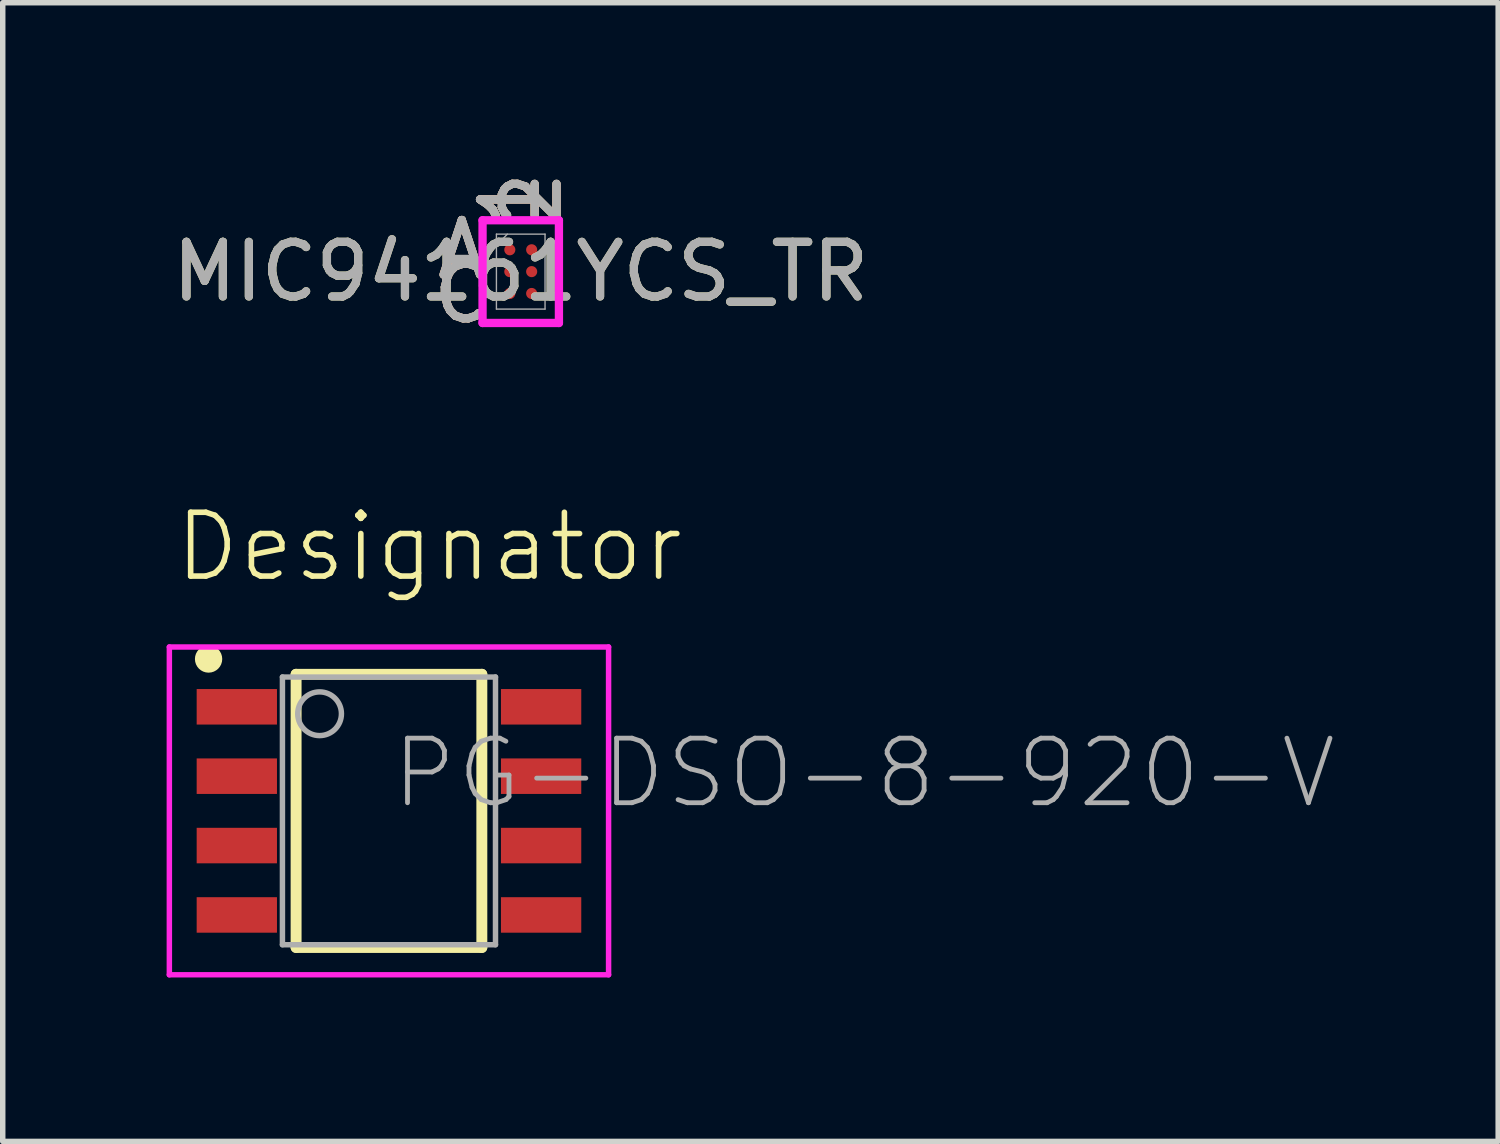
<source format=kicad_pcb>
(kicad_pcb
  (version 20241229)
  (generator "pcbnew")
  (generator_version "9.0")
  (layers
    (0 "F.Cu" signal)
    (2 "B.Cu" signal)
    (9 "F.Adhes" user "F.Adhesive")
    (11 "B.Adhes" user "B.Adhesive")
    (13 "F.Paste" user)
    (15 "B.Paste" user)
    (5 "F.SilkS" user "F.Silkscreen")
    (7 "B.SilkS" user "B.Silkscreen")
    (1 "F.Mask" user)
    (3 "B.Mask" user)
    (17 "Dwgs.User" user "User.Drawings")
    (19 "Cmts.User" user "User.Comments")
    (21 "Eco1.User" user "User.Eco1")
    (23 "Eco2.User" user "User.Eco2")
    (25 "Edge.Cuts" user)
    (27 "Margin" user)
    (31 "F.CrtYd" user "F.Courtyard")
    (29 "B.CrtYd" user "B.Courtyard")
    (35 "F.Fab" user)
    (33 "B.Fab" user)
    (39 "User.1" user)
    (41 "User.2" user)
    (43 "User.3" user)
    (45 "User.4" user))
  (footprint "PG-DSO-8-920-V"
    (layer "F.Cu")
    (at 4.07 11.793)
    (property "Reference" "PG-DSO-8-920-V" (at 0 0 0) (unlocked yes) (layer "F.Fab") (effects (font (size 1.182 1.182) (thickness 0.088)) (justify left bottom)))
    (fp_line (start -1.7 -2.5) (end 1.7 -2.5) (stroke (width 0.2) (type solid)) (layer "F.SilkS"))
    (fp_line (start -1.7 2.5) (end -1.7 -2.5) (stroke (width 0.2) (type solid)) (layer "F.SilkS"))
    (fp_line (start -1.7 2.5) (end 1.7 2.5) (stroke (width 0.2) (type solid)) (layer "F.SilkS"))
    (fp_line (start 1.7 2.5) (end 1.7 -2.5) (stroke (width 0.2) (type solid)) (layer "F.SilkS"))
    (fp_circle (center -3.302 -2.78) (end -3.177 -2.78) (stroke (width 0.25) (type solid)) (fill no) (layer "F.SilkS"))
    (fp_poly (pts (xy -2.143 0.898) (xy -2.143 0.375) (xy -3.456 0.375) (xy -3.456 0.898)) (stroke (width 0) (type default)) (fill yes) (layer "F.Paste"))
    (fp_poly (pts (xy -2.133 2.168) (xy -2.133 1.645) (xy -3.446 1.645) (xy -3.446 2.168)) (stroke (width 0) (type default)) (fill yes) (layer "F.Paste"))
    (fp_poly (pts (xy -2.123 -1.642) (xy -2.123 -2.165) (xy -3.436 -2.165) (xy -3.436 -1.642)) (stroke (width 0) (type default)) (fill yes) (layer "F.Paste"))
    (fp_poly (pts (xy -2.123 -0.372) (xy -2.123 -0.895) (xy -3.436 -0.895) (xy -3.436 -0.372)) (stroke (width 0) (type default)) (fill yes) (layer "F.Paste"))
    (fp_poly (pts (xy 3.437 -1.642) (xy 3.437 -2.165) (xy 2.124 -2.165) (xy 2.124 -1.642)) (stroke (width 0) (type default)) (fill yes) (layer "F.Paste"))
    (fp_poly (pts (xy 3.437 0.908) (xy 3.437 0.385) (xy 2.124 0.385) (xy 2.124 0.908)) (stroke (width 0) (type default)) (fill yes) (layer "F.Paste"))
    (fp_poly (pts (xy 3.447 -0.372) (xy 3.447 -0.895) (xy 2.134 -0.895) (xy 2.134 -0.372)) (stroke (width 0) (type default)) (fill yes) (layer "F.Paste"))
    (fp_poly (pts (xy 3.447 2.168) (xy 3.447 1.645) (xy 2.134 1.645) (xy 2.134 2.168)) (stroke (width 0) (type default)) (fill yes) (layer "F.Paste"))
    (fp_line (start -4.02 -3) (end 4.02 -3) (stroke (width 0.1) (type solid)) (layer "F.CrtYd"))
    (fp_line (start -4.02 3) (end -4.02 -3) (stroke (width 0.1) (type solid)) (layer "F.CrtYd"))
    (fp_line (start -4.02 3) (end 4.02 3) (stroke (width 0.1) (type solid)) (layer "F.CrtYd"))
    (fp_line (start 4.02 3) (end 4.02 -3) (stroke (width 0.1) (type solid)) (layer "F.CrtYd"))
    (fp_line (start -1.95 -2.45) (end 1.95 -2.45) (stroke (width 0.1) (type solid)) (layer "F.Fab"))
    (fp_line (start -1.95 2.45) (end -1.95 -2.45) (stroke (width 0.1) (type solid)) (layer "F.Fab"))
    (fp_line (start -1.95 2.45) (end 1.95 2.45) (stroke (width 0.1) (type solid)) (layer "F.Fab"))
    (fp_line (start 1.95 2.45) (end 1.95 -2.45) (stroke (width 0.1) (type solid)) (layer "F.Fab"))
    (fp_circle (center -1.27 -1.778) (end -0.87 -1.778) (stroke (width 0.1) (type solid)) (fill no) (layer "F.Fab"))
    (fp_text user "Designator" (at -3.975 -4.15 0) (layer "F.SilkS") (effects (font (size 1.168 1.168) (thickness 0.102)) (justify left bottom)))
    (pad "1" smd rect (at -2.785 -1.905) (size 1.47 0.65) (layers "F.Cu" "F.Mask"))
    (pad "2" smd rect (at -2.785 -0.635) (size 1.47 0.65) (layers "F.Cu" "F.Mask"))
    (pad "3" smd rect (at -2.785 0.635) (size 1.47 0.65) (layers "F.Cu" "F.Mask"))
    (pad "4" smd rect (at -2.785 1.905) (size 1.47 0.65) (layers "F.Cu" "F.Mask"))
    (pad "5" smd rect (at 2.785 1.905) (size 1.47 0.65) (layers "F.Cu" "F.Mask"))
    (pad "6" smd rect (at 2.785 0.635) (size 1.47 0.65) (layers "F.Cu" "F.Mask"))
    (pad "7" smd rect (at 2.785 -0.635) (size 1.47 0.65) (layers "F.Cu" "F.Mask"))
    (pad "8" smd rect (at 2.785 -1.905) (size 1.47 0.65) (layers "F.Cu" "F.Mask")))
  (footprint "MIC94161YCS_TR"
    (layer "F.Cu")
    (at 6.482 1.922)
    (property "Reference" "MIC94161YCS_TR" (at 0 0 0) (unlocked yes) (layer "F.SilkS") (effects (font (size 1 1) (thickness 0.15))))
    (attr smd)
    (fp_poly (pts (xy -0.845 -1.044) (xy 0.845 -1.044) (xy 0.845 1.044) (xy -0.845 1.044)) (stroke (width 0.1) (type solid)) (fill no) (layer "Eco2.User"))
    (fp_line (start -0.699 -0.94) (end 0.699 -0.94) (stroke (width 0.152) (type solid)) (layer "F.CrtYd"))
    (fp_line (start -0.699 0.94) (end -0.699 -0.94) (stroke (width 0.152) (type solid)) (layer "F.CrtYd"))
    (fp_line (start 0.699 -0.94) (end 0.699 0.94) (stroke (width 0.152) (type solid)) (layer "F.CrtYd"))
    (fp_line (start 0.699 0.94) (end -0.699 0.94) (stroke (width 0.152) (type solid)) (layer "F.CrtYd"))
    (fp_line (start -0.445 -0.686) (end -0.445 0.686) (stroke (width 0.025) (type solid)) (layer "F.Fab"))
    (fp_line (start -0.445 0.686) (end 0.445 0.686) (stroke (width 0.025) (type solid)) (layer "F.Fab"))
    (fp_line (start -0.244 -0.686) (end -0.445 -0.486) (stroke (width 0.025) (type solid)) (layer "F.Fab"))
    (fp_line (start 0.445 -0.686) (end -0.445 -0.686) (stroke (width 0.025) (type solid)) (layer "F.Fab"))
    (fp_line (start 0.445 0.686) (end 0.445 -0.686) (stroke (width 0.025) (type solid)) (layer "F.Fab"))
    (fp_text user "2" (at 0.2 -1.321 90) (unlocked yes) (layer "F.SilkS") (effects (font (size 1 1) (thickness 0.15))))
    (fp_text user "C" (at -1.079 0.4 0) (unlocked yes) (layer "F.SilkS") (effects (font (size 1 1) (thickness 0.15))))
    (fp_text user "A" (at -1.079 -0.4 0) (unlocked yes) (layer "F.SilkS") (effects (font (size 1 1) (thickness 0.15))))
    (fp_text user "1" (at -0.2 -1.321 90) (unlocked yes) (layer "F.SilkS") (effects (font (size 1 1) (thickness 0.15))))
    (fp_text user "C" (at -1.079 0.4 0) (unlocked yes) (layer "B.SilkS") (effects (font (size 1 1) (thickness 0.15))))
    (fp_text user "A" (at -1.079 -0.4 0) (unlocked yes) (layer "B.SilkS") (effects (font (size 1 1) (thickness 0.15))))
    (fp_text user "2" (at 0.2 -1.321 90) (unlocked yes) (layer "B.SilkS") (effects (font (size 1 1) (thickness 0.15))))
    (fp_text user "1" (at -0.2 -1.321 90) (unlocked yes) (layer "B.SilkS") (effects (font (size 1 1) (thickness 0.15))))
    (fp_text user "2" (at 0.2 -1.321 90) (unlocked yes) (layer "F.Fab") (effects (font (size 1 1) (thickness 0.15))))
    (fp_text user "A" (at -1.079 -0.4 0) (unlocked yes) (layer "F.Fab") (effects (font (size 1 1) (thickness 0.15))))
    (fp_text user "${REFERENCE}" (at 0 0 0) (unlocked yes) (layer "F.Fab") (effects (font (size 1 1) (thickness 0.15))))
    (fp_text user "C" (at -1.079 0.4 0) (unlocked yes) (layer "F.Fab") (effects (font (size 1 1) (thickness 0.15))))
    (fp_text user "1" (at -0.2 -1.321 90) (unlocked yes) (layer "F.Fab") (effects (font (size 1 1) (thickness 0.15))))
    (pad "A1" smd circle (at -0.2 -0.4) (size 0.203 0.203) (layers "F.Cu" "F.Mask" "F.Paste"))
    (pad "A2" smd circle (at 0.2 -0.4) (size 0.203 0.203) (layers "F.Cu" "F.Mask" "F.Paste"))
    (pad "B1" smd circle (at -0.2 0) (size 0.203 0.203) (layers "F.Cu" "F.Mask" "F.Paste"))
    (pad "B2" smd circle (at 0.2 0) (size 0.203 0.203) (layers "F.Cu" "F.Mask" "F.Paste"))
    (pad "C1" smd circle (at -0.2 0.4) (size 0.203 0.203) (layers "F.Cu" "F.Mask" "F.Paste"))
    (pad "C2" smd circle (at 0.2 0.4) (size 0.203 0.203) (layers "F.Cu" "F.Mask" "F.Paste")))
  (gr_rect
    (start -3 -3)
    (end 24.374 17.843)
    (stroke (width 0.1) (type default))
    (fill no)
    (layer "Edge.Cuts")))
</source>
